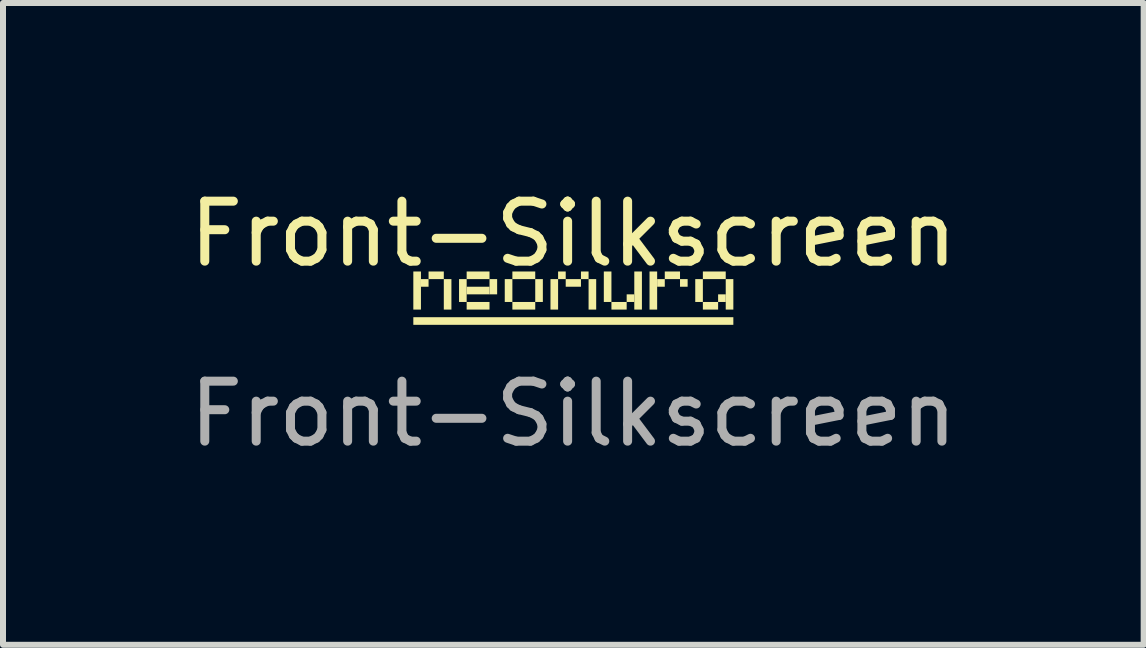
<source format=kicad_pcb>
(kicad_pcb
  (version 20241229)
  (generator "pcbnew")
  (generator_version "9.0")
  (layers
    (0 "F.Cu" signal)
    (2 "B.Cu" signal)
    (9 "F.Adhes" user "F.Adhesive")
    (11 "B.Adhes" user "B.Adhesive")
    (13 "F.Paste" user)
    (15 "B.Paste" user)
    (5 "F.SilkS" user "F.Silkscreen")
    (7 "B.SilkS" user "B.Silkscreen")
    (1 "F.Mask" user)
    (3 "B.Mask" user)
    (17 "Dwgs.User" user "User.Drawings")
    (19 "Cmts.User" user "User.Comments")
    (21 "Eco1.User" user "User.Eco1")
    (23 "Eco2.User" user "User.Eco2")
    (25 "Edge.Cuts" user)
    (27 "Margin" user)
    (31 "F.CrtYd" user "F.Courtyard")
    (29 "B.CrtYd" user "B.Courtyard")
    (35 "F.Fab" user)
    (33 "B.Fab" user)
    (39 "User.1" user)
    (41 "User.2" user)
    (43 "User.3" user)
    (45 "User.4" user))
  (footprint "Front-Silkscreen"
    (layer "F.Cu")
    (at 6.506 1.348)
    (property "Reference" "Front-Silkscreen" (at 0 -0.5 0) (unlocked yes) (layer "F.SilkS") (effects (font (size 1 1) (thickness 0.15))))
    (fp_rect (start -2.667 0.127) (end -2.54 0.762) (stroke (width 0) (type solid)) (fill yes) (layer "F.SilkS"))
    (fp_rect (start -2.667 0.889) (end 2.667 1.016) (stroke (width 0) (type solid)) (fill yes) (layer "F.SilkS"))
    (fp_rect (start -2.54 0.254) (end -2.413 0.381) (stroke (width 0) (type solid)) (fill yes) (layer "F.SilkS"))
    (fp_rect (start -2.413 0.127) (end -2.159 0.254) (stroke (width 0) (type solid)) (fill yes) (layer "F.SilkS"))
    (fp_rect (start -2.159 0.254) (end -2.032 0.762) (stroke (width 0) (type solid)) (fill yes) (layer "F.SilkS"))
    (fp_rect (start -1.905 0.254) (end -1.778 0.635) (stroke (width 0) (type solid)) (fill yes) (layer "F.SilkS"))
    (fp_rect (start -1.778 0.127) (end -1.397 0.254) (stroke (width 0) (type solid)) (fill yes) (layer "F.SilkS"))
    (fp_rect (start -1.778 0.381) (end -1.397 0.508) (stroke (width 0) (type solid)) (fill yes) (layer "F.SilkS"))
    (fp_rect (start -1.778 0.635) (end -1.397 0.762) (stroke (width 0) (type solid)) (fill yes) (layer "F.SilkS"))
    (fp_rect (start -1.397 0.254) (end -1.27 0.508) (stroke (width 0) (type solid)) (fill yes) (layer "F.SilkS"))
    (fp_rect (start -1.143 0.254) (end -1.016 0.635) (stroke (width 0) (type solid)) (fill yes) (layer "F.SilkS"))
    (fp_rect (start -1.016 0.127) (end -0.635 0.254) (stroke (width 0) (type solid)) (fill yes) (layer "F.SilkS"))
    (fp_rect (start -1.016 0.635) (end -0.635 0.762) (stroke (width 0) (type solid)) (fill yes) (layer "F.SilkS"))
    (fp_rect (start -0.635 0.254) (end -0.508 0.635) (stroke (width 0) (type solid)) (fill yes) (layer "F.SilkS"))
    (fp_rect (start -0.381 0.254) (end -0.254 0.762) (stroke (width 0) (type solid)) (fill yes) (layer "F.SilkS"))
    (fp_rect (start -0.254 0.127) (end -0.127 0.254) (stroke (width 0) (type solid)) (fill yes) (layer "F.SilkS"))
    (fp_rect (start -0.127 0.254) (end 0.127 0.381) (stroke (width 0) (type solid)) (fill yes) (layer "F.SilkS"))
    (fp_rect (start 0.127 0.127) (end 0.254 0.254) (stroke (width 0) (type solid)) (fill yes) (layer "F.SilkS"))
    (fp_rect (start 0.254 0.254) (end 0.381 0.762) (stroke (width 0) (type solid)) (fill yes) (layer "F.SilkS"))
    (fp_rect (start 0.508 0.127) (end 0.635 0.635) (stroke (width 0) (type solid)) (fill yes) (layer "F.SilkS"))
    (fp_rect (start 0.635 0.635) (end 0.889 0.762) (stroke (width 0) (type solid)) (fill yes) (layer "F.SilkS"))
    (fp_rect (start 0.889 0.508) (end 1.016 0.635) (stroke (width 0) (type solid)) (fill yes) (layer "F.SilkS"))
    (fp_rect (start 1.016 0.127) (end 1.143 0.762) (stroke (width 0) (type solid)) (fill yes) (layer "F.SilkS"))
    (fp_rect (start 1.27 0.127) (end 1.397 0.762) (stroke (width 0) (type solid)) (fill yes) (layer "F.SilkS"))
    (fp_rect (start 1.397 0.254) (end 1.524 0.381) (stroke (width 0) (type solid)) (fill yes) (layer "F.SilkS"))
    (fp_rect (start 1.524 0.127) (end 1.778 0.254) (stroke (width 0) (type solid)) (fill yes) (layer "F.SilkS"))
    (fp_rect (start 1.778 0.254) (end 1.905 0.381) (stroke (width 0) (type solid)) (fill yes) (layer "F.SilkS"))
    (fp_rect (start 2.032 0.254) (end 2.159 0.635) (stroke (width 0) (type solid)) (fill yes) (layer "F.SilkS"))
    (fp_rect (start 2.159 0.127) (end 2.54 0.254) (stroke (width 0) (type solid)) (fill yes) (layer "F.SilkS"))
    (fp_rect (start 2.159 0.635) (end 2.413 0.762) (stroke (width 0) (type solid)) (fill yes) (layer "F.SilkS"))
    (fp_rect (start 2.413 0.508) (end 2.54 0.635) (stroke (width 0) (type solid)) (fill yes) (layer "F.SilkS"))
    (fp_rect (start 2.54 0.254) (end 2.667 0.762) (stroke (width 0) (type solid)) (fill yes) (layer "F.SilkS"))
    (fp_text user "${REFERENCE}" (at 0 2.5 0) (unlocked yes) (layer "F.Fab") (effects (font (size 1 1) (thickness 0.15)))))
  (gr_rect
    (start -3 -3)
    (end 16.012 7.697)
    (stroke (width 0.1) (type default))
    (fill no)
    (layer "Edge.Cuts")))
</source>
